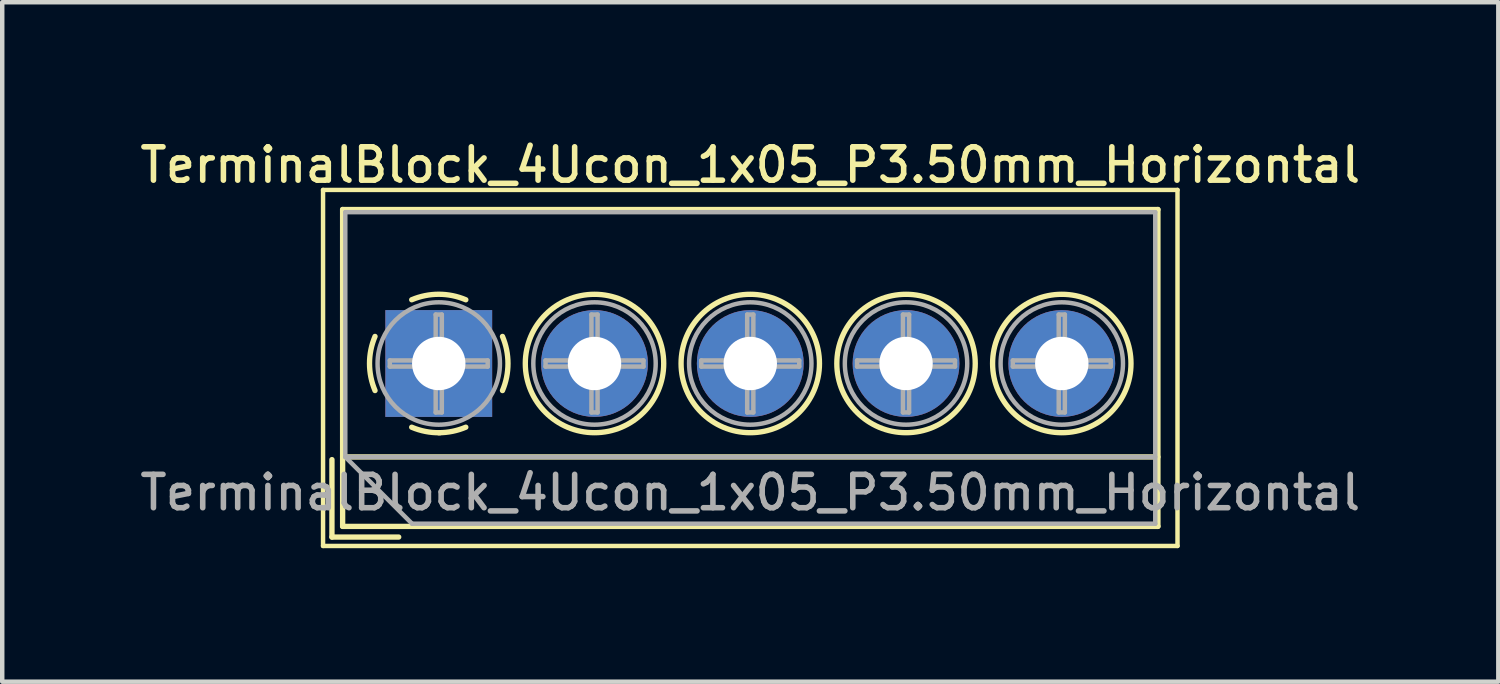
<source format=kicad_pcb>
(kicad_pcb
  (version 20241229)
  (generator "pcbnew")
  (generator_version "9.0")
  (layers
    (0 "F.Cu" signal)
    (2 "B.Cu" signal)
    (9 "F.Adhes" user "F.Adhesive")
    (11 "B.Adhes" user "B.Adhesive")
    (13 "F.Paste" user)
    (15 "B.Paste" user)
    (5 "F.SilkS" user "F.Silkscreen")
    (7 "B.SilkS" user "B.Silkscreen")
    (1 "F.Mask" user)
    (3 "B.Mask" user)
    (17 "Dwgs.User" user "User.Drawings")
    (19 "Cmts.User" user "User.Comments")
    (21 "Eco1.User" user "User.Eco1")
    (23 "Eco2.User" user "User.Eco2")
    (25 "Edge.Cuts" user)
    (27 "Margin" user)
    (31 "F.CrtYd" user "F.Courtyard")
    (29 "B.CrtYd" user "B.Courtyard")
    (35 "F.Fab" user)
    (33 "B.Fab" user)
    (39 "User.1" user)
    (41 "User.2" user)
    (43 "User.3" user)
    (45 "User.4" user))
  (footprint "TerminalBlock_4Ucon_1x05_P3.50mm_Horizontal"
    (layer "F.Cu")
    (at 6.809 5.118)
    (property "Reference" "TerminalBlock_4Ucon_1x05_P3.50mm_Horizontal" (at 7 -4.46 0) (layer "F.SilkS") (effects (font (size 0.75 0.75) (thickness 0.125))))
    (attr through_hole)
    (fp_line (start -2.6 -3.9) (end -2.6 4.1) (stroke (width 0.1) (type solid)) (layer "F.SilkS"))
    (fp_line (start -2.6 4.1) (end 16.6 4.1) (stroke (width 0.1) (type solid)) (layer "F.SilkS"))
    (fp_line (start -2.4 2.16) (end -2.4 3.9) (stroke (width 0.12) (type solid)) (layer "F.SilkS"))
    (fp_line (start -2.4 3.9) (end -0.9 3.9) (stroke (width 0.12) (type solid)) (layer "F.SilkS"))
    (fp_line (start -2.16 -3.46) (end -2.16 3.66) (stroke (width 0.12) (type solid)) (layer "F.SilkS"))
    (fp_line (start -2.16 -3.46) (end 16.16 -3.46) (stroke (width 0.12) (type solid)) (layer "F.SilkS"))
    (fp_line (start -2.16 2.1) (end 16.16 2.1) (stroke (width 0.12) (type solid)) (layer "F.SilkS"))
    (fp_line (start -2.16 3.66) (end 16.16 3.66) (stroke (width 0.12) (type solid)) (layer "F.SilkS"))
    (fp_line (start 16.16 -3.46) (end 16.16 3.66) (stroke (width 0.12) (type solid)) (layer "F.SilkS"))
    (fp_line (start 16.6 -3.9) (end -2.6 -3.9) (stroke (width 0.1) (type solid)) (layer "F.SilkS"))
    (fp_line (start 16.6 4.1) (end 16.6 -3.9) (stroke (width 0.1) (type solid)) (layer "F.SilkS"))
    (fp_arc (start -1.432109 0.607742) (mid -1.555727 -0.00014) (end -1.432 -0.608) (stroke (width 0.12) (type solid)) (layer "F.SilkS"))
    (fp_arc (start -0.607742 -1.432109) (mid 0.00014 -1.555727) (end 0.608 -1.432) (stroke (width 0.12) (type solid)) (layer "F.SilkS"))
    (fp_arc (start 0.027011 1.555493) (mid -0.296984 1.527118) (end -0.608 1.432) (stroke (width 0.12) (type solid)) (layer "F.SilkS"))
    (fp_arc (start 0.607587 1.431385) (mid 0.310017 1.523783) (end 0 1.555) (stroke (width 0.12) (type solid)) (layer "F.SilkS"))
    (fp_arc (start 1.432109 -0.607742) (mid 1.555727 0.00014) (end 1.432 0.608) (stroke (width 0.12) (type solid)) (layer "F.SilkS"))
    (fp_circle (center 3.5 0) (end 5.055 0) (stroke (width 0.12) (type solid)) (fill no) (layer "F.SilkS"))
    (fp_circle (center 7 0) (end 8.555 0) (stroke (width 0.12) (type solid)) (fill no) (layer "F.SilkS"))
    (fp_circle (center 10.5 0) (end 12.055 0) (stroke (width 0.12) (type solid)) (fill no) (layer "F.SilkS"))
    (fp_circle (center 14 0) (end 15.555 0) (stroke (width 0.12) (type solid)) (fill no) (layer "F.SilkS"))
    (fp_line (start -2.1 -3.4) (end 16.1 -3.4) (stroke (width 0.1) (type solid)) (layer "F.Fab"))
    (fp_line (start -2.1 2.1) (end -2.1 -3.4) (stroke (width 0.1) (type solid)) (layer "F.Fab"))
    (fp_line (start -2.1 2.1) (end 16.1 2.1) (stroke (width 0.1) (type solid)) (layer "F.Fab"))
    (fp_line (start -1.1 -0.069) (end -0.069 -0.069) (stroke (width 0.1) (type solid)) (layer "F.Fab"))
    (fp_line (start -1.1 0.069) (end -1.1 -0.069) (stroke (width 0.1) (type solid)) (layer "F.Fab"))
    (fp_line (start -0.6 3.6) (end -2.1 2.1) (stroke (width 0.1) (type solid)) (layer "F.Fab"))
    (fp_line (start -0.069 -1.1) (end 0.069 -1.1) (stroke (width 0.1) (type solid)) (layer "F.Fab"))
    (fp_line (start -0.069 -0.069) (end -0.069 -1.1) (stroke (width 0.1) (type solid)) (layer "F.Fab"))
    (fp_line (start -0.069 0.069) (end -1.1 0.069) (stroke (width 0.1) (type solid)) (layer "F.Fab"))
    (fp_line (start -0.069 1.1) (end -0.069 0.069) (stroke (width 0.1) (type solid)) (layer "F.Fab"))
    (fp_line (start 0.069 -1.1) (end 0.069 -0.069) (stroke (width 0.1) (type solid)) (layer "F.Fab"))
    (fp_line (start 0.069 -0.069) (end 1.1 -0.069) (stroke (width 0.1) (type solid)) (layer "F.Fab"))
    (fp_line (start 0.069 0.069) (end 0.069 1.1) (stroke (width 0.1) (type solid)) (layer "F.Fab"))
    (fp_line (start 0.069 1.1) (end -0.069 1.1) (stroke (width 0.1) (type solid)) (layer "F.Fab"))
    (fp_line (start 1.1 -0.069) (end 1.1 0.069) (stroke (width 0.1) (type solid)) (layer "F.Fab"))
    (fp_line (start 1.1 0.069) (end 0.069 0.069) (stroke (width 0.1) (type solid)) (layer "F.Fab"))
    (fp_line (start 2.4 -0.069) (end 3.431 -0.069) (stroke (width 0.1) (type solid)) (layer "F.Fab"))
    (fp_line (start 2.4 0.069) (end 2.4 -0.069) (stroke (width 0.1) (type solid)) (layer "F.Fab"))
    (fp_line (start 3.431 -1.1) (end 3.569 -1.1) (stroke (width 0.1) (type solid)) (layer "F.Fab"))
    (fp_line (start 3.431 -0.069) (end 3.431 -1.1) (stroke (width 0.1) (type solid)) (layer "F.Fab"))
    (fp_line (start 3.431 0.069) (end 2.4 0.069) (stroke (width 0.1) (type solid)) (layer "F.Fab"))
    (fp_line (start 3.431 1.1) (end 3.431 0.069) (stroke (width 0.1) (type solid)) (layer "F.Fab"))
    (fp_line (start 3.569 -1.1) (end 3.569 -0.069) (stroke (width 0.1) (type solid)) (layer "F.Fab"))
    (fp_line (start 3.569 -0.069) (end 4.6 -0.069) (stroke (width 0.1) (type solid)) (layer "F.Fab"))
    (fp_line (start 3.569 0.069) (end 3.569 1.1) (stroke (width 0.1) (type solid)) (layer "F.Fab"))
    (fp_line (start 3.569 1.1) (end 3.431 1.1) (stroke (width 0.1) (type solid)) (layer "F.Fab"))
    (fp_line (start 4.6 -0.069) (end 4.6 0.069) (stroke (width 0.1) (type solid)) (layer "F.Fab"))
    (fp_line (start 4.6 0.069) (end 3.569 0.069) (stroke (width 0.1) (type solid)) (layer "F.Fab"))
    (fp_line (start 5.9 -0.069) (end 6.931 -0.069) (stroke (width 0.1) (type solid)) (layer "F.Fab"))
    (fp_line (start 5.9 0.069) (end 5.9 -0.069) (stroke (width 0.1) (type solid)) (layer "F.Fab"))
    (fp_line (start 6.931 -1.1) (end 7.069 -1.1) (stroke (width 0.1) (type solid)) (layer "F.Fab"))
    (fp_line (start 6.931 -0.069) (end 6.931 -1.1) (stroke (width 0.1) (type solid)) (layer "F.Fab"))
    (fp_line (start 6.931 0.069) (end 5.9 0.069) (stroke (width 0.1) (type solid)) (layer "F.Fab"))
    (fp_line (start 6.931 1.1) (end 6.931 0.069) (stroke (width 0.1) (type solid)) (layer "F.Fab"))
    (fp_line (start 7.069 -1.1) (end 7.069 -0.069) (stroke (width 0.1) (type solid)) (layer "F.Fab"))
    (fp_line (start 7.069 -0.069) (end 8.1 -0.069) (stroke (width 0.1) (type solid)) (layer "F.Fab"))
    (fp_line (start 7.069 0.069) (end 7.069 1.1) (stroke (width 0.1) (type solid)) (layer "F.Fab"))
    (fp_line (start 7.069 1.1) (end 6.931 1.1) (stroke (width 0.1) (type solid)) (layer "F.Fab"))
    (fp_line (start 8.1 -0.069) (end 8.1 0.069) (stroke (width 0.1) (type solid)) (layer "F.Fab"))
    (fp_line (start 8.1 0.069) (end 7.069 0.069) (stroke (width 0.1) (type solid)) (layer "F.Fab"))
    (fp_line (start 9.4 -0.069) (end 10.431 -0.069) (stroke (width 0.1) (type solid)) (layer "F.Fab"))
    (fp_line (start 9.4 0.069) (end 9.4 -0.069) (stroke (width 0.1) (type solid)) (layer "F.Fab"))
    (fp_line (start 10.431 -1.1) (end 10.569 -1.1) (stroke (width 0.1) (type solid)) (layer "F.Fab"))
    (fp_line (start 10.431 -0.069) (end 10.431 -1.1) (stroke (width 0.1) (type solid)) (layer "F.Fab"))
    (fp_line (start 10.431 0.069) (end 9.4 0.069) (stroke (width 0.1) (type solid)) (layer "F.Fab"))
    (fp_line (start 10.431 1.1) (end 10.431 0.069) (stroke (width 0.1) (type solid)) (layer "F.Fab"))
    (fp_line (start 10.569 -1.1) (end 10.569 -0.069) (stroke (width 0.1) (type solid)) (layer "F.Fab"))
    (fp_line (start 10.569 -0.069) (end 11.6 -0.069) (stroke (width 0.1) (type solid)) (layer "F.Fab"))
    (fp_line (start 10.569 0.069) (end 10.569 1.1) (stroke (width 0.1) (type solid)) (layer "F.Fab"))
    (fp_line (start 10.569 1.1) (end 10.431 1.1) (stroke (width 0.1) (type solid)) (layer "F.Fab"))
    (fp_line (start 11.6 -0.069) (end 11.6 0.069) (stroke (width 0.1) (type solid)) (layer "F.Fab"))
    (fp_line (start 11.6 0.069) (end 10.569 0.069) (stroke (width 0.1) (type solid)) (layer "F.Fab"))
    (fp_line (start 12.9 -0.069) (end 13.931 -0.069) (stroke (width 0.1) (type solid)) (layer "F.Fab"))
    (fp_line (start 12.9 0.069) (end 12.9 -0.069) (stroke (width 0.1) (type solid)) (layer "F.Fab"))
    (fp_line (start 13.931 -1.1) (end 14.069 -1.1) (stroke (width 0.1) (type solid)) (layer "F.Fab"))
    (fp_line (start 13.931 -0.069) (end 13.931 -1.1) (stroke (width 0.1) (type solid)) (layer "F.Fab"))
    (fp_line (start 13.931 0.069) (end 12.9 0.069) (stroke (width 0.1) (type solid)) (layer "F.Fab"))
    (fp_line (start 13.931 1.1) (end 13.931 0.069) (stroke (width 0.1) (type solid)) (layer "F.Fab"))
    (fp_line (start 14.069 -1.1) (end 14.069 -0.069) (stroke (width 0.1) (type solid)) (layer "F.Fab"))
    (fp_line (start 14.069 -0.069) (end 15.1 -0.069) (stroke (width 0.1) (type solid)) (layer "F.Fab"))
    (fp_line (start 14.069 0.069) (end 14.069 1.1) (stroke (width 0.1) (type solid)) (layer "F.Fab"))
    (fp_line (start 14.069 1.1) (end 13.931 1.1) (stroke (width 0.1) (type solid)) (layer "F.Fab"))
    (fp_line (start 15.1 -0.069) (end 15.1 0.069) (stroke (width 0.1) (type solid)) (layer "F.Fab"))
    (fp_line (start 15.1 0.069) (end 14.069 0.069) (stroke (width 0.1) (type solid)) (layer "F.Fab"))
    (fp_line (start 16.1 -3.4) (end 16.1 3.6) (stroke (width 0.1) (type solid)) (layer "F.Fab"))
    (fp_line (start 16.1 3.6) (end -0.6 3.6) (stroke (width 0.1) (type solid)) (layer "F.Fab"))
    (fp_circle (center 0 0) (end 1.375 0) (stroke (width 0.1) (type solid)) (fill no) (layer "F.Fab"))
    (fp_circle (center 3.5 0) (end 4.875 0) (stroke (width 0.1) (type solid)) (fill no) (layer "F.Fab"))
    (fp_circle (center 7 0) (end 8.375 0) (stroke (width 0.1) (type solid)) (fill no) (layer "F.Fab"))
    (fp_circle (center 10.5 0) (end 11.875 0) (stroke (width 0.1) (type solid)) (fill no) (layer "F.Fab"))
    (fp_circle (center 14 0) (end 15.375 0) (stroke (width 0.1) (type solid)) (fill no) (layer "F.Fab"))
    (fp_text user "${REFERENCE}" (at 7 2.9 0) (layer "F.Fab") (effects (font (size 0.75 0.75) (thickness 0.125))))
    (pad "1" thru_hole rect (at 0 0) (size 2.4 2.4) (drill 1.2) (layers "*.Cu" "*.Mask"))
    (pad "2" thru_hole circle (at 3.5 0) (size 2.4 2.4) (drill 1.2) (layers "*.Cu" "*.Mask"))
    (pad "3" thru_hole circle (at 7 0) (size 2.4 2.4) (drill 1.2) (layers "*.Cu" "*.Mask"))
    (pad "4" thru_hole circle (at 10.5 0) (size 2.4 2.4) (drill 1.2) (layers "*.Cu" "*.Mask"))
    (pad "5" thru_hole circle (at 14 0) (size 2.4 2.4) (drill 1.2) (layers "*.Cu" "*.Mask")))
  (gr_rect
    (start -3 -3)
    (end 30.618 12.268)
    (stroke (width 0.1) (type default))
    (fill no)
    (layer "Edge.Cuts")))
</source>
